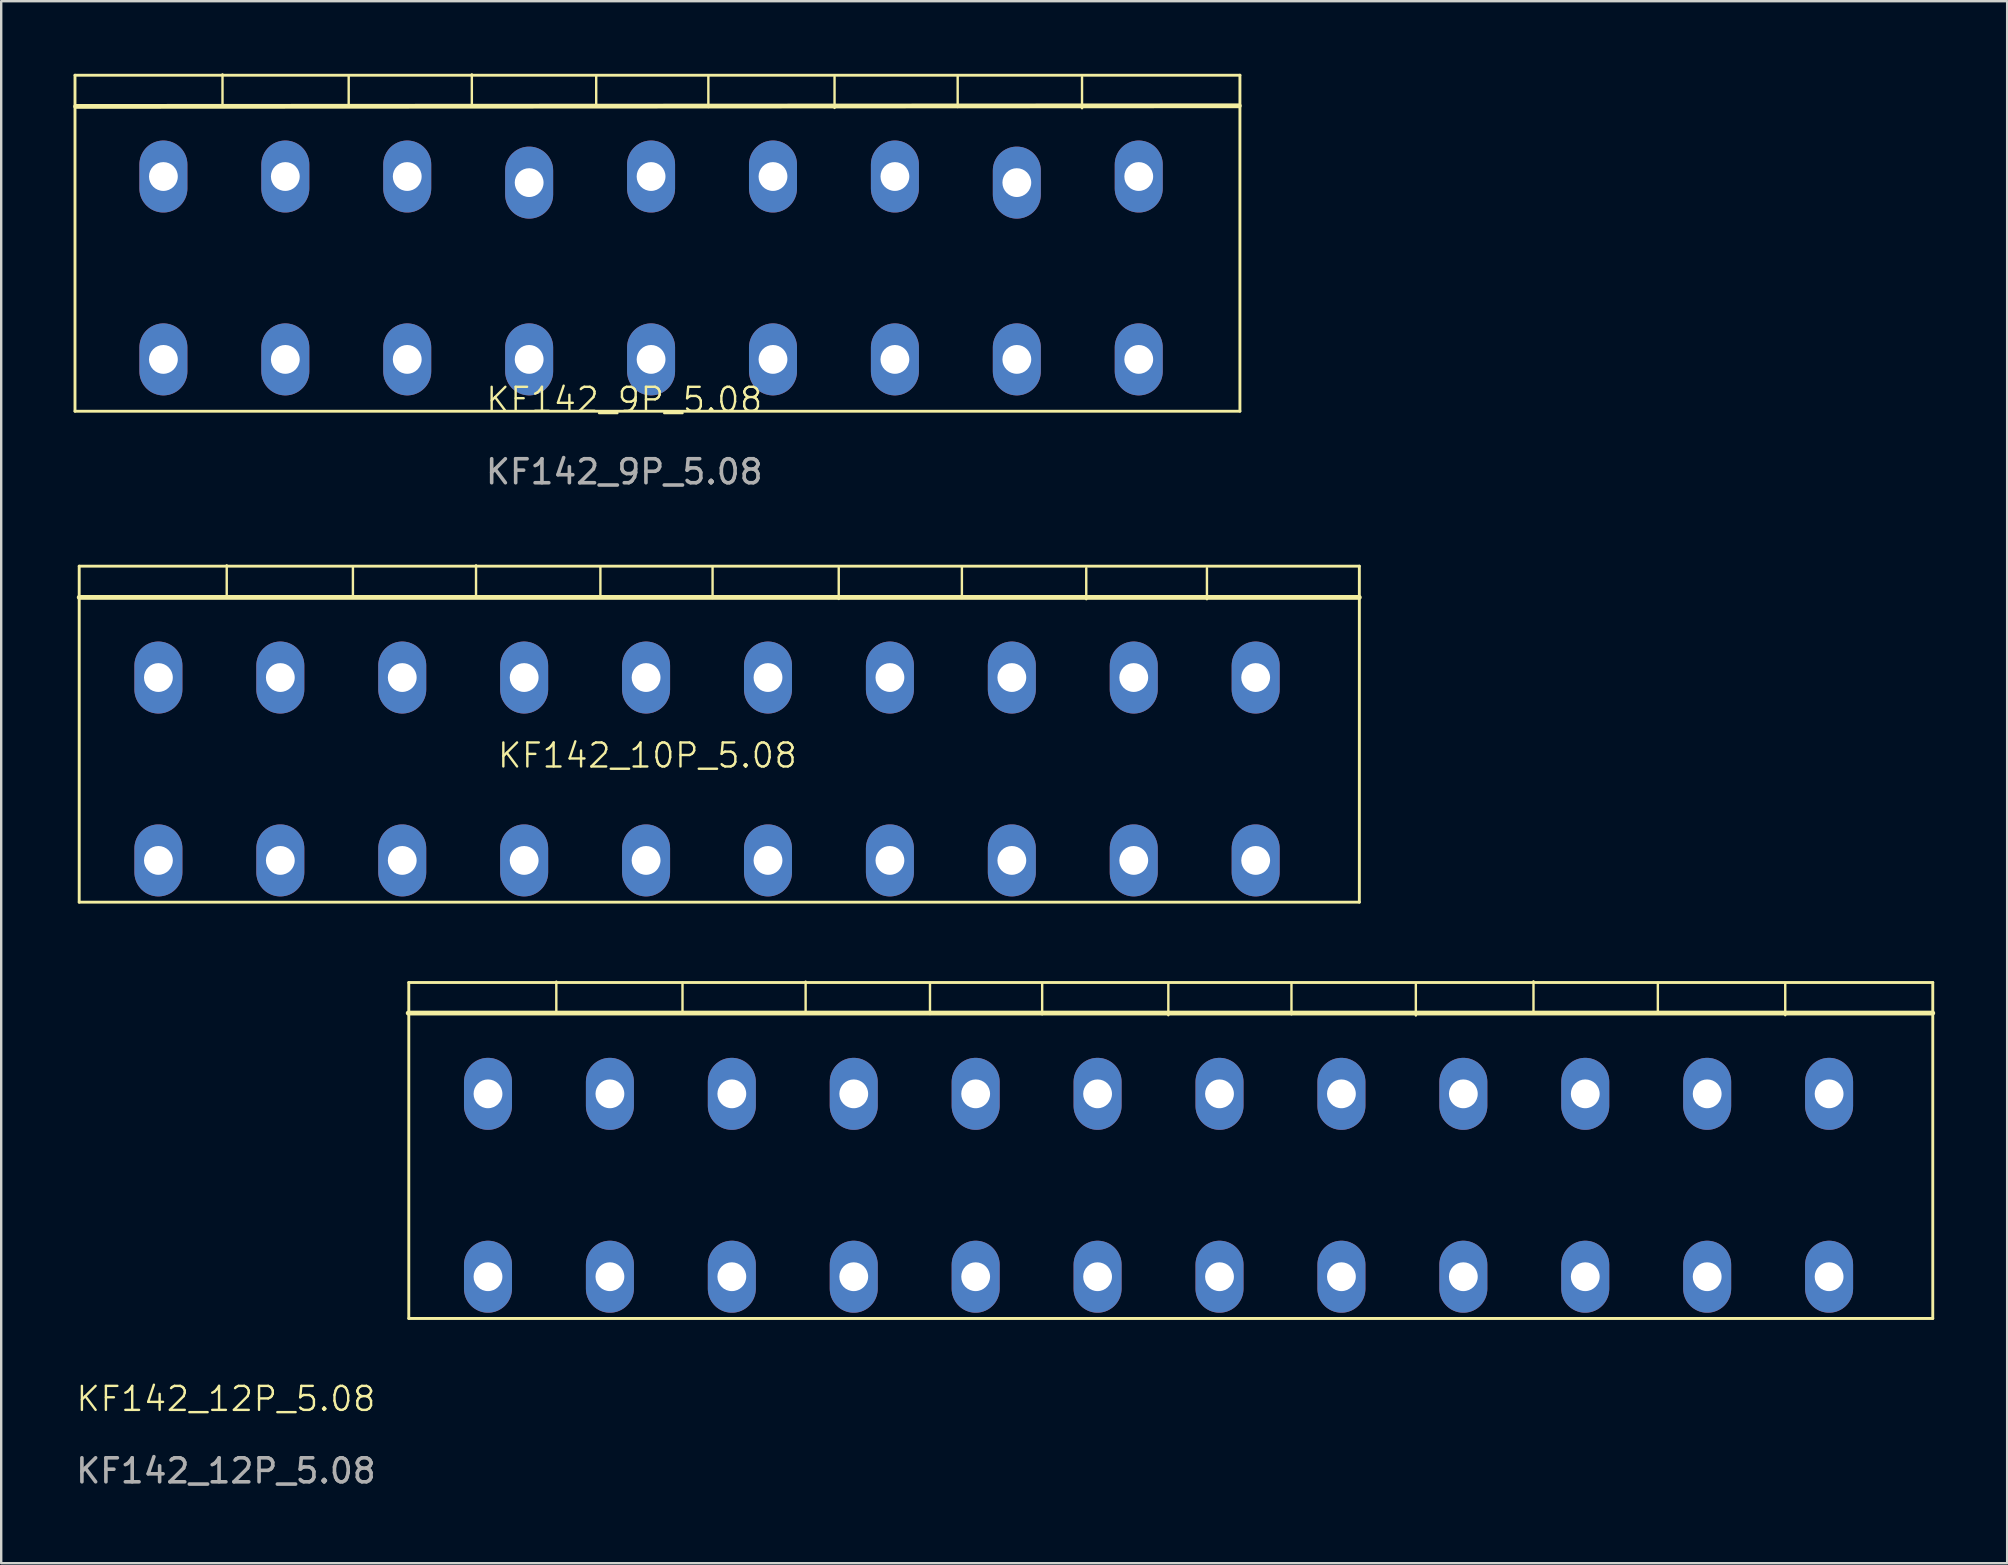
<source format=kicad_pcb>
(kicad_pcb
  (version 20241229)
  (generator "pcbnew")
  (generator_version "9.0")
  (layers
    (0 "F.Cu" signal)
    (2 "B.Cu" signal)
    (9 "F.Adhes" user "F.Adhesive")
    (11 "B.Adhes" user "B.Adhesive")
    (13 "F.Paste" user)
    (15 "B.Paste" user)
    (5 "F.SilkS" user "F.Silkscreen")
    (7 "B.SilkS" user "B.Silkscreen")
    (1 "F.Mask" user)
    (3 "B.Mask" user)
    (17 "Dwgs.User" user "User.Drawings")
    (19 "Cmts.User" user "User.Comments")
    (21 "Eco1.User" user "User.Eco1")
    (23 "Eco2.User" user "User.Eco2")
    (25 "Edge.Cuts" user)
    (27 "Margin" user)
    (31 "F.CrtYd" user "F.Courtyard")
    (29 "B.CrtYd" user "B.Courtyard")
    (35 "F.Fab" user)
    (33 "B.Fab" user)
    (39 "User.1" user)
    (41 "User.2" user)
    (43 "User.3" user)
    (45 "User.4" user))
  (footprint "KF142_12P_5.08"
    (layer "F.Cu")
    (at 13.983 51.887)
    (property "Reference" "KF142_12P_5.08" (at -7.62 3.35 0) (unlocked yes) (layer "F.SilkS") (effects (font (size 1 1) (thickness 0.1))))
    (attr smd)
    (fp_line (start -0.025 -12.725) (end 63.5 -12.725) (stroke (width 0.2) (type default)) (layer "F.SilkS"))
    (fp_line (start 0 -14) (end 63.5 -14) (stroke (width 0.12) (type solid)) (layer "F.SilkS"))
    (fp_line (start 0 0) (end 0 -14) (stroke (width 0.12) (type solid)) (layer "F.SilkS"))
    (fp_line (start 0 0) (end 63.5 0) (stroke (width 0.12) (type solid)) (layer "F.SilkS"))
    (fp_line (start 6.147 -12.738) (end 6.147 -14.034) (stroke (width 0.1) (type default)) (layer "F.SilkS"))
    (fp_line (start 11.405 -12.7) (end 11.405 -13.995) (stroke (width 0.1) (type default)) (layer "F.SilkS"))
    (fp_line (start 16.535 -12.738) (end 16.535 -14.034) (stroke (width 0.1) (type default)) (layer "F.SilkS"))
    (fp_line (start 21.717 -12.687) (end 21.717 -13.983) (stroke (width 0.1) (type default)) (layer "F.SilkS"))
    (fp_line (start 26.391 -12.675) (end 26.391 -13.97) (stroke (width 0.1) (type default)) (layer "F.SilkS"))
    (fp_line (start 31.648 -12.636) (end 31.648 -13.932) (stroke (width 0.1) (type default)) (layer "F.SilkS"))
    (fp_line (start 36.779 -12.675) (end 36.779 -13.97) (stroke (width 0.1) (type default)) (layer "F.SilkS"))
    (fp_line (start 41.961 -12.624) (end 41.961 -13.919) (stroke (width 0.1) (type default)) (layer "F.SilkS"))
    (fp_line (start 46.863 -12.751) (end 46.863 -14.046) (stroke (width 0.1) (type default)) (layer "F.SilkS"))
    (fp_line (start 52.045 -12.7) (end 52.045 -13.995) (stroke (width 0.1) (type default)) (layer "F.SilkS"))
    (fp_line (start 57.353 -12.636) (end 57.353 -13.932) (stroke (width 0.1) (type default)) (layer "F.SilkS"))
    (fp_line (start 63.5 0) (end 63.5 -14) (stroke (width 0.12) (type solid)) (layer "F.SilkS"))
    (fp_text user "${REFERENCE}" (at -7.62 6.35 0) (unlocked yes) (layer "F.Fab") (effects (font (size 1 1) (thickness 0.15))))
    (pad "1" thru_hole oval (at 3.3 -9.36) (size 2 3) (drill 1.2) (layers "*.Cu" "*.Mask"))
    (pad "1" thru_hole oval (at 3.3 -1.74) (size 2 3) (drill 1.2) (layers "*.Cu" "*.Mask"))
    (pad "2" thru_hole oval (at 8.38 -9.36) (size 2 3) (drill 1.2) (layers "*.Cu" "*.Mask"))
    (pad "2" thru_hole oval (at 8.38 -1.74) (size 2 3) (drill 1.2) (layers "*.Cu" "*.Mask"))
    (pad "3" thru_hole oval (at 13.46 -9.36) (size 2 3) (drill 1.2) (layers "*.Cu" "*.Mask"))
    (pad "3" thru_hole oval (at 13.46 -1.74) (size 2 3) (drill 1.2) (layers "*.Cu" "*.Mask"))
    (pad "4" thru_hole oval (at 18.54 -9.36) (size 2 3) (drill 1.2) (layers "*.Cu" "*.Mask"))
    (pad "4" thru_hole oval (at 18.54 -1.74) (size 2 3) (drill 1.2) (layers "*.Cu" "*.Mask"))
    (pad "5" thru_hole oval (at 23.62 -9.36) (size 2 3) (drill 1.2) (layers "*.Cu" "*.Mask"))
    (pad "5" thru_hole oval (at 23.62 -1.74) (size 2 3) (drill 1.2) (layers "*.Cu" "*.Mask"))
    (pad "6" thru_hole oval (at 28.7 -9.36) (size 2 3) (drill 1.2) (layers "*.Cu" "*.Mask"))
    (pad "6" thru_hole oval (at 28.7 -1.74) (size 2 3) (drill 1.2) (layers "*.Cu" "*.Mask"))
    (pad "7" thru_hole oval (at 33.78 -9.36) (size 2 3) (drill 1.2) (layers "*.Cu" "*.Mask"))
    (pad "7" thru_hole oval (at 33.78 -1.74) (size 2 3) (drill 1.2) (layers "*.Cu" "*.Mask"))
    (pad "8" thru_hole oval (at 38.86 -9.36) (size 2 3) (drill 1.2) (layers "*.Cu" "*.Mask"))
    (pad "8" thru_hole oval (at 38.86 -1.74) (size 2 3) (drill 1.2) (layers "*.Cu" "*.Mask"))
    (pad "9" thru_hole oval (at 43.94 -9.36) (size 2 3) (drill 1.2) (layers "*.Cu" "*.Mask"))
    (pad "9" thru_hole oval (at 43.94 -1.74) (size 2 3) (drill 1.2) (layers "*.Cu" "*.Mask"))
    (pad "10" thru_hole oval (at 49.02 -9.36) (size 2 3) (drill 1.2) (layers "*.Cu" "*.Mask"))
    (pad "10" thru_hole oval (at 49.02 -1.74) (size 2 3) (drill 1.2) (layers "*.Cu" "*.Mask"))
    (pad "11" thru_hole oval (at 54.1 -9.36) (size 2 3) (drill 1.2) (layers "*.Cu" "*.Mask"))
    (pad "11" thru_hole oval (at 54.1 -1.74) (size 2 3) (drill 1.2) (layers "*.Cu" "*.Mask"))
    (pad "12" thru_hole oval (at 59.18 -9.36) (size 2 3) (drill 1.2) (layers "*.Cu" "*.Mask"))
    (pad "12" thru_hole oval (at 59.18 -1.74) (size 2 3) (drill 1.2) (layers "*.Cu" "*.Mask")))
  (footprint "KF142_10P_5.08"
    (layer "F.Cu")
    (at 0.25 34.541)
    (property "Reference" "KF142_10P_5.08" (at 23.673 -6.113 0) (unlocked yes) (layer "F.SilkS") (effects (font (size 1 1) (thickness 0.1))))
    (attr through_hole)
    (fp_line (start 0 -14) (end 53.34 -14) (stroke (width 0.12) (type solid)) (layer "F.SilkS"))
    (fp_line (start 0 -12.7) (end 53.34 -12.7) (stroke (width 0.2) (type default)) (layer "F.SilkS"))
    (fp_line (start 0 0) (end 0 -14) (stroke (width 0.12) (type solid)) (layer "F.SilkS"))
    (fp_line (start 0 0) (end 53.34 0) (stroke (width 0.12) (type solid)) (layer "F.SilkS"))
    (fp_line (start 6.147 -12.738) (end 6.147 -14.034) (stroke (width 0.1) (type default)) (layer "F.SilkS"))
    (fp_line (start 11.405 -12.7) (end 11.405 -13.995) (stroke (width 0.1) (type default)) (layer "F.SilkS"))
    (fp_line (start 16.535 -12.738) (end 16.535 -14.034) (stroke (width 0.1) (type default)) (layer "F.SilkS"))
    (fp_line (start 21.717 -12.687) (end 21.717 -13.983) (stroke (width 0.1) (type default)) (layer "F.SilkS"))
    (fp_line (start 26.391 -12.675) (end 26.391 -13.97) (stroke (width 0.1) (type default)) (layer "F.SilkS"))
    (fp_line (start 31.648 -12.636) (end 31.648 -13.932) (stroke (width 0.1) (type default)) (layer "F.SilkS"))
    (fp_line (start 36.779 -12.675) (end 36.779 -13.97) (stroke (width 0.1) (type default)) (layer "F.SilkS"))
    (fp_line (start 41.961 -12.624) (end 41.961 -13.919) (stroke (width 0.1) (type default)) (layer "F.SilkS"))
    (fp_line (start 46.99 -12.624) (end 46.99 -13.919) (stroke (width 0.1) (type default)) (layer "F.SilkS"))
    (fp_line (start 53.34 0) (end 53.34 -14) (stroke (width 0.12) (type solid)) (layer "F.SilkS"))
    (pad "1" thru_hole oval (at 3.3 -9.36) (size 2 3) (drill 1.2) (layers "*.Cu" "*.Mask"))
    (pad "1" thru_hole oval (at 3.3 -1.74) (size 2 3) (drill 1.2) (layers "*.Cu" "*.Mask"))
    (pad "2" thru_hole oval (at 8.38 -9.36) (size 2 3) (drill 1.2) (layers "*.Cu" "*.Mask"))
    (pad "2" thru_hole oval (at 8.38 -1.74) (size 2 3) (drill 1.2) (layers "*.Cu" "*.Mask"))
    (pad "3" thru_hole oval (at 13.46 -9.36) (size 2 3) (drill 1.2) (layers "*.Cu" "*.Mask"))
    (pad "3" thru_hole oval (at 13.46 -1.74) (size 2 3) (drill 1.2) (layers "*.Cu" "*.Mask"))
    (pad "4" thru_hole oval (at 18.54 -9.36) (size 2 3) (drill 1.2) (layers "*.Cu" "*.Mask"))
    (pad "4" thru_hole oval (at 18.54 -1.74) (size 2 3) (drill 1.2) (layers "*.Cu" "*.Mask"))
    (pad "5" thru_hole oval (at 23.62 -9.36) (size 2 3) (drill 1.2) (layers "*.Cu" "*.Mask"))
    (pad "5" thru_hole oval (at 23.62 -1.74) (size 2 3) (drill 1.2) (layers "*.Cu" "*.Mask"))
    (pad "6" thru_hole oval (at 28.7 -9.36) (size 2 3) (drill 1.2) (layers "*.Cu" "*.Mask"))
    (pad "6" thru_hole oval (at 28.7 -1.74) (size 2 3) (drill 1.2) (layers "*.Cu" "*.Mask"))
    (pad "7" thru_hole oval (at 33.78 -9.36) (size 2 3) (drill 1.2) (layers "*.Cu" "*.Mask"))
    (pad "7" thru_hole oval (at 33.78 -1.74) (size 2 3) (drill 1.2) (layers "*.Cu" "*.Mask"))
    (pad "8" thru_hole oval (at 38.86 -9.36) (size 2 3) (drill 1.2) (layers "*.Cu" "*.Mask"))
    (pad "8" thru_hole oval (at 38.86 -1.74) (size 2 3) (drill 1.2) (layers "*.Cu" "*.Mask"))
    (pad "9" thru_hole oval (at 43.94 -9.36) (size 2 3) (drill 1.2) (layers "*.Cu" "*.Mask"))
    (pad "9" thru_hole oval (at 43.94 -1.74) (size 2 3) (drill 1.2) (layers "*.Cu" "*.Mask"))
    (pad "10" thru_hole oval (at 49.02 -9.36) (size 2 3) (drill 1.2) (layers "*.Cu" "*.Mask"))
    (pad "10" thru_hole oval (at 49.02 -1.74) (size 2 3) (drill 1.2) (layers "*.Cu" "*.Mask")))
  (footprint "KF142_9P_5.08"
    (layer "F.Cu")
    (at 22.96 14.109)
    (property "Reference" "KF142_9P_5.08" (at 0 -0.5 0) (unlocked yes) (layer "F.SilkS") (effects (font (size 1 1) (thickness 0.1))))
    (attr smd)
    (fp_line (start -22.885 -14.025) (end 25.654 -14.025) (stroke (width 0.12) (type solid)) (layer "F.SilkS"))
    (fp_line (start -22.885 -0.025) (end -22.885 -14.025) (stroke (width 0.12) (type solid)) (layer "F.SilkS"))
    (fp_line (start -22.885 -0.025) (end 25.654 -0.025) (stroke (width 0.12) (type solid)) (layer "F.SilkS"))
    (fp_line (start -22.86 -12.725) (end 25.629 -12.751) (stroke (width 0.2) (type default)) (layer "F.SilkS"))
    (fp_line (start -16.739 -12.764) (end -16.739 -14.059) (stroke (width 0.1) (type default)) (layer "F.SilkS"))
    (fp_line (start -11.481 -12.725) (end -11.481 -14.021) (stroke (width 0.1) (type default)) (layer "F.SilkS"))
    (fp_line (start -6.35 -12.764) (end -6.35 -14.059) (stroke (width 0.1) (type default)) (layer "F.SilkS"))
    (fp_line (start -1.168 -12.713) (end -1.168 -14.008) (stroke (width 0.1) (type default)) (layer "F.SilkS"))
    (fp_line (start 3.505 -12.7) (end 3.505 -13.995) (stroke (width 0.1) (type default)) (layer "F.SilkS"))
    (fp_line (start 8.763 -12.662) (end 8.763 -13.957) (stroke (width 0.1) (type default)) (layer "F.SilkS"))
    (fp_line (start 13.894 -12.7) (end 13.894 -13.995) (stroke (width 0.1) (type default)) (layer "F.SilkS"))
    (fp_line (start 19.075 -12.649) (end 19.075 -13.945) (stroke (width 0.1) (type default)) (layer "F.SilkS"))
    (fp_line (start 25.654 -0.025) (end 25.654 -14.025) (stroke (width 0.12) (type solid)) (layer "F.SilkS"))
    (fp_text user "${REFERENCE}" (at 0 2.5 0) (unlocked yes) (layer "F.Fab") (effects (font (size 1 1) (thickness 0.15))))
    (pad "1" thru_hole oval (at -19.202 -9.804) (size 2 3) (drill 1.2) (layers "*.Cu" "*.Mask"))
    (pad "1" thru_hole oval (at -19.202 -2.184) (size 2 3) (drill 1.2) (layers "*.Cu" "*.Mask"))
    (pad "2" thru_hole oval (at -14.122 -9.804) (size 2 3) (drill 1.2) (layers "*.Cu" "*.Mask"))
    (pad "2" thru_hole oval (at -14.122 -2.184) (size 2 3) (drill 1.2) (layers "*.Cu" "*.Mask"))
    (pad "3" thru_hole oval (at -9.042 -9.804) (size 2 3) (drill 1.2) (layers "*.Cu" "*.Mask"))
    (pad "3" thru_hole oval (at -9.042 -2.184) (size 2 3) (drill 1.2) (layers "*.Cu" "*.Mask"))
    (pad "4" thru_hole oval (at -3.962 -9.55) (size 2 3) (drill 1.2) (layers "*.Cu" "*.Mask"))
    (pad "4" thru_hole oval (at -3.962 -2.184) (size 2 3) (drill 1.2) (layers "*.Cu" "*.Mask"))
    (pad "5" thru_hole oval (at 1.118 -9.804) (size 2 3) (drill 1.2) (layers "*.Cu" "*.Mask"))
    (pad "5" thru_hole oval (at 1.118 -2.184) (size 2 3) (drill 1.2) (layers "*.Cu" "*.Mask"))
    (pad "6" thru_hole oval (at 6.198 -9.804) (size 2 3) (drill 1.2) (layers "*.Cu" "*.Mask"))
    (pad "6" thru_hole oval (at 6.198 -2.184) (size 2 3) (drill 1.2) (layers "*.Cu" "*.Mask"))
    (pad "7" thru_hole oval (at 11.278 -9.804) (size 2 3) (drill 1.2) (layers "*.Cu" "*.Mask"))
    (pad "7" thru_hole oval (at 11.278 -2.184) (size 2 3) (drill 1.2) (layers "*.Cu" "*.Mask"))
    (pad "8" thru_hole oval (at 16.358 -9.55) (size 2 3) (drill 1.2) (layers "*.Cu" "*.Mask"))
    (pad "8" thru_hole oval (at 16.358 -2.184) (size 2 3) (drill 1.2) (layers "*.Cu" "*.Mask"))
    (pad "9" thru_hole oval (at 21.438 -9.804) (size 2 3) (drill 1.2) (layers "*.Cu" "*.Mask"))
    (pad "9" thru_hole oval (at 21.438 -2.184) (size 2 3) (drill 1.2) (layers "*.Cu" "*.Mask")))
  (gr_rect
    (start -3 -3)
    (end 80.583 62.085)
    (stroke (width 0.1) (type default))
    (fill no)
    (layer "Edge.Cuts")))
</source>
